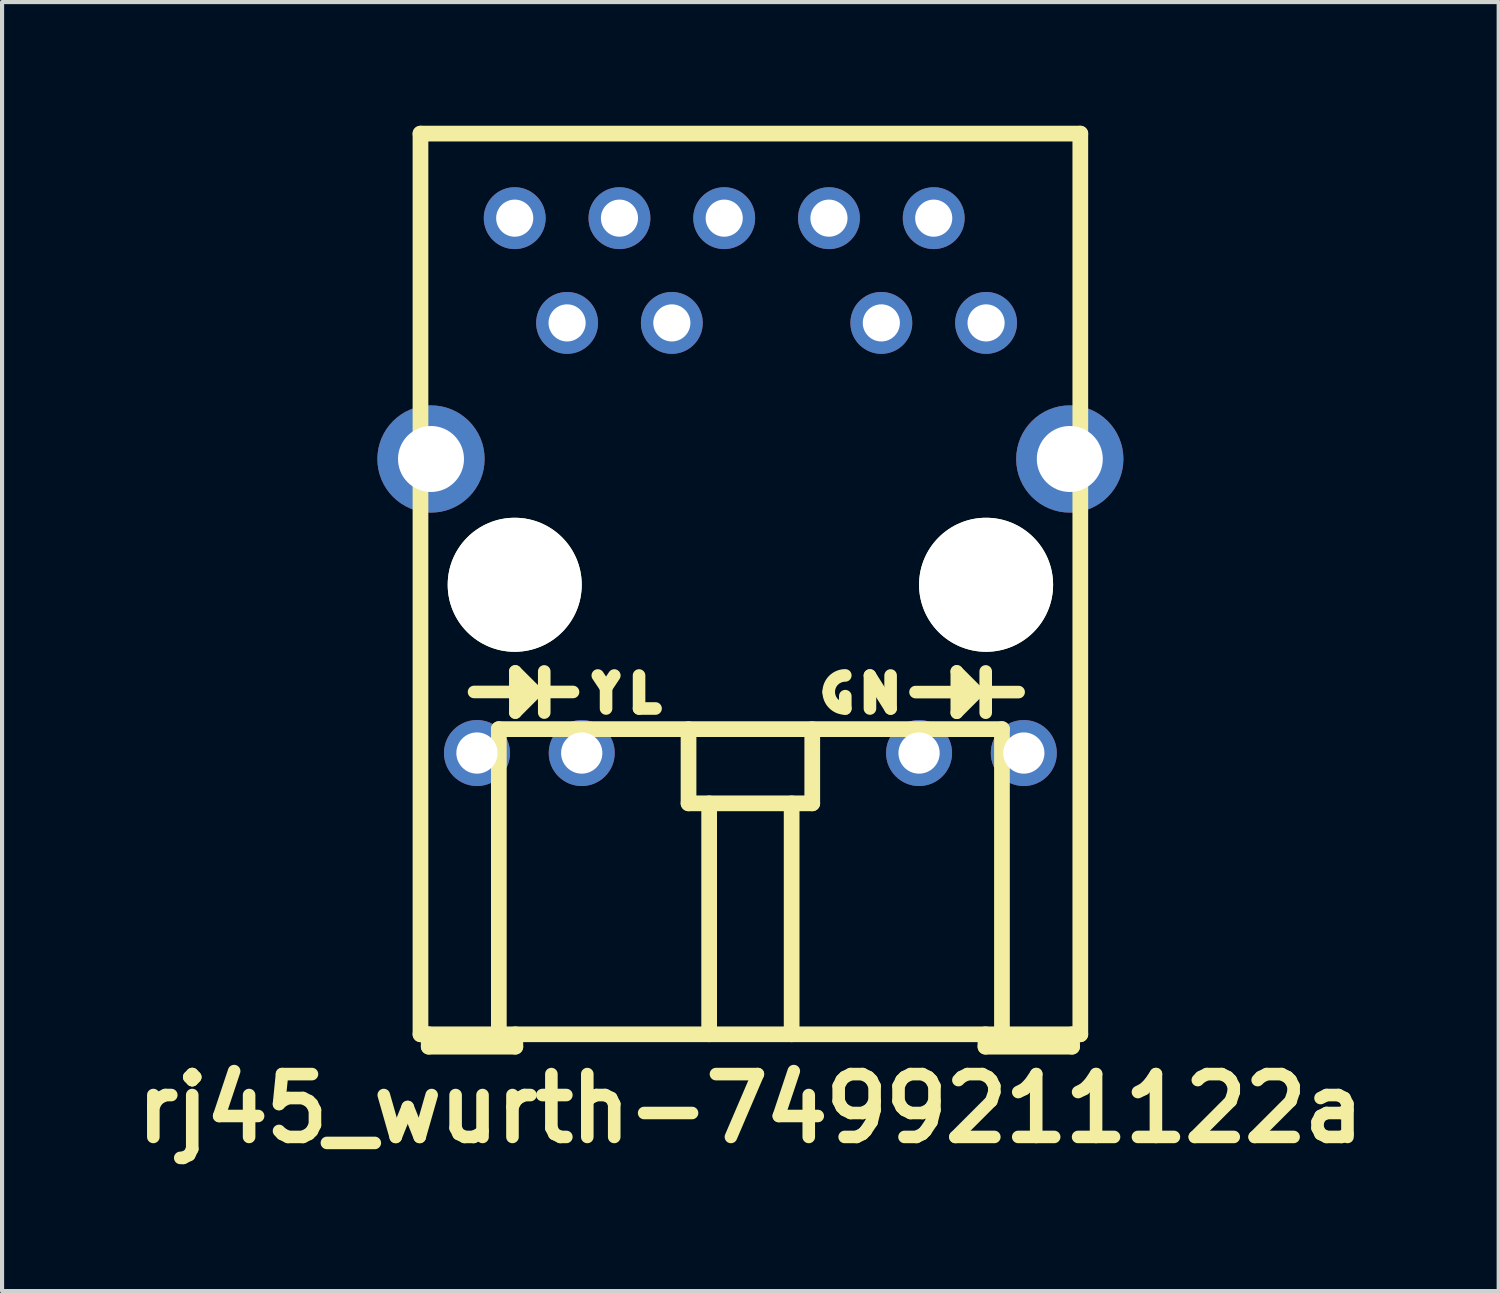
<source format=kicad_pcb>
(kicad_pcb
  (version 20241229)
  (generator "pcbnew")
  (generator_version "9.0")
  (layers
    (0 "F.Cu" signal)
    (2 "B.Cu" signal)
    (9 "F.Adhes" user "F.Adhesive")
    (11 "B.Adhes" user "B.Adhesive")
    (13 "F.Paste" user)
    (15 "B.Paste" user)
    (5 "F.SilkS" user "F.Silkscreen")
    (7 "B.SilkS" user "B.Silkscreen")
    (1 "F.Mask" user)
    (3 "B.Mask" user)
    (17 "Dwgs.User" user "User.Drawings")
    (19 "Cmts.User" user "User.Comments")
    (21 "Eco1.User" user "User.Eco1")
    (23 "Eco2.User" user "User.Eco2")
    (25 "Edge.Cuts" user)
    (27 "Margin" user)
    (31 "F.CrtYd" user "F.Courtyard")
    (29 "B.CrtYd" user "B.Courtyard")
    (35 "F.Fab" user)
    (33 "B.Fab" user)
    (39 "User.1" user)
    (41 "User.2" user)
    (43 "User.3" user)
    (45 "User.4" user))
  (footprint "rj45_wurth-7499211122a"
    (layer "F.Cu")
    (at 15.146 11.13)
    (property "Reference" "rj45_wurth-7499211122a" (at 0 12.7 0) (layer "F.SilkS") (effects (font (size 1.524 1.524) (thickness 0.305))))
    (attr through_hole)
    (fp_line (start -8 -10.94) (end 8 -10.94) (stroke (width 0.381) (type solid)) (layer "F.SilkS"))
    (fp_line (start -8 10.9) (end -8 -10.94) (stroke (width 0.381) (type solid)) (layer "F.SilkS"))
    (fp_line (start -7.8 11.2) (end -7.8 10.9) (stroke (width 0.381) (type solid)) (layer "F.SilkS"))
    (fp_line (start -7.8 11.2) (end -5.7 11.2) (stroke (width 0.381) (type solid)) (layer "F.SilkS"))
    (fp_line (start -6.701 2.599) (end -4.301 2.599) (stroke (width 0.305) (type solid)) (layer "F.SilkS"))
    (fp_line (start -6.1 3.5) (end 6.1 3.5) (stroke (width 0.381) (type solid)) (layer "F.SilkS"))
    (fp_line (start -6.1 10.9) (end -6.1 3.5) (stroke (width 0.381) (type solid)) (layer "F.SilkS"))
    (fp_line (start -5.7 2.101) (end -5.7 3.099) (stroke (width 0.305) (type solid)) (layer "F.SilkS"))
    (fp_line (start -5.7 3.099) (end -5.2 2.599) (stroke (width 0.305) (type solid)) (layer "F.SilkS"))
    (fp_line (start -5.7 11.2) (end -5.7 10.9) (stroke (width 0.381) (type solid)) (layer "F.SilkS"))
    (fp_line (start -5.2 2.599) (end -5.7 2.101) (stroke (width 0.305) (type solid)) (layer "F.SilkS"))
    (fp_line (start -4.999 2.101) (end -4.999 3.099) (stroke (width 0.305) (type solid)) (layer "F.SilkS"))
    (fp_line (start -3.7 2.2) (end -3.5 2.5) (stroke (width 0.305) (type solid)) (layer "F.SilkS"))
    (fp_line (start -3.5 2.5) (end -3.5 3) (stroke (width 0.305) (type solid)) (layer "F.SilkS"))
    (fp_line (start -3.5 2.5) (end -3.3 2.2) (stroke (width 0.305) (type solid)) (layer "F.SilkS"))
    (fp_line (start -2.7 2.2) (end -2.7 3) (stroke (width 0.305) (type solid)) (layer "F.SilkS"))
    (fp_line (start -2.7 3) (end -2.3 3) (stroke (width 0.305) (type solid)) (layer "F.SilkS"))
    (fp_line (start -1.5 5.3) (end -1.5 3.5) (stroke (width 0.381) (type solid)) (layer "F.SilkS"))
    (fp_line (start -1 10.9) (end -1 5.3) (stroke (width 0.381) (type solid)) (layer "F.SilkS"))
    (fp_line (start 1 5.3) (end 1 10.9) (stroke (width 0.381) (type solid)) (layer "F.SilkS"))
    (fp_line (start 1.5 3.5) (end 1.5 5.3) (stroke (width 0.381) (type solid)) (layer "F.SilkS"))
    (fp_line (start 1.5 5.3) (end -1.5 5.3) (stroke (width 0.381) (type solid)) (layer "F.SilkS"))
    (fp_line (start 2.301 3) (end 2.301 2.701) (stroke (width 0.305) (type solid)) (layer "F.SilkS"))
    (fp_line (start 2.899 2.2) (end 3.4 3) (stroke (width 0.305) (type solid)) (layer "F.SilkS"))
    (fp_line (start 2.899 3) (end 2.899 2.2) (stroke (width 0.305) (type solid)) (layer "F.SilkS"))
    (fp_line (start 3.4 3) (end 3.4 2.2) (stroke (width 0.305) (type solid)) (layer "F.SilkS"))
    (fp_line (start 4.004 2.602) (end 6.504 2.602) (stroke (width 0.305) (type solid)) (layer "F.SilkS"))
    (fp_line (start 5.005 2.101) (end 5.505 2.602) (stroke (width 0.305) (type solid)) (layer "F.SilkS"))
    (fp_line (start 5.005 3.102) (end 5.005 2.101) (stroke (width 0.305) (type solid)) (layer "F.SilkS"))
    (fp_line (start 5.505 2.602) (end 5.005 3.102) (stroke (width 0.305) (type solid)) (layer "F.SilkS"))
    (fp_line (start 5.7 11.2) (end 5.7 10.9) (stroke (width 0.381) (type solid)) (layer "F.SilkS"))
    (fp_line (start 5.7 11.2) (end 7.8 11.2) (stroke (width 0.381) (type solid)) (layer "F.SilkS"))
    (fp_line (start 5.706 2.101) (end 5.706 3.102) (stroke (width 0.305) (type solid)) (layer "F.SilkS"))
    (fp_line (start 6.1 3.5) (end 6.1 10.9) (stroke (width 0.381) (type solid)) (layer "F.SilkS"))
    (fp_line (start 7.8 11.2) (end 7.8 10.9) (stroke (width 0.381) (type solid)) (layer "F.SilkS"))
    (fp_line (start 8 -10.94) (end 8 10.9) (stroke (width 0.381) (type solid)) (layer "F.SilkS"))
    (fp_line (start 8 10.9) (end -8 10.9) (stroke (width 0.381) (type solid)) (layer "F.SilkS"))
    (fp_arc (start 1.89964 2.59902) (mid 2.017184 2.315244) (end 2.30096 2.1977) (stroke (width 0.3048) (type solid)) (layer "F.SilkS"))
    (fp_arc (start 2.30096 3.00034) (mid 2.017184 2.882796) (end 1.89964 2.59902) (stroke (width 0.3048) (type solid)) (layer "F.SilkS"))
    (pad "" np_thru_hole circle (at -5.715 0) (size 3.25 3.25) (drill 3.25) (layers "*.Cu" "*.Mask" "F.SilkS"))
    (pad "" np_thru_hole circle (at 5.715 0) (size 3.25 3.25) (drill 3.25) (layers "*.Cu" "*.Mask" "F.SilkS"))
    (pad "1" thru_hole circle (at -5.715 -8.89) (size 1.5 1.5) (drill 0.9) (layers "*.Cu"))
    (pad "2" thru_hole circle (at -4.445 -6.35) (size 1.5 1.5) (drill 0.9) (layers "*.Cu"))
    (pad "3" thru_hole circle (at -3.175 -8.89) (size 1.5 1.5) (drill 0.9) (layers "*.Cu"))
    (pad "4" thru_hole circle (at -1.905 -6.35) (size 1.5 1.5) (drill 0.9) (layers "*.Cu"))
    (pad "5" thru_hole circle (at -0.635 -8.89) (size 1.5 1.5) (drill 0.9) (layers "*.Cu"))
    (pad "7" thru_hole circle (at 1.905 -8.89) (size 1.5 1.5) (drill 0.9) (layers "*.Cu"))
    (pad "8" thru_hole circle (at 3.175 -6.35) (size 1.5 1.5) (drill 0.9) (layers "*.Cu"))
    (pad "9" thru_hole circle (at 4.445 -8.89) (size 1.5 1.5) (drill 0.9) (layers "*.Cu"))
    (pad "10" thru_hole circle (at 5.715 -6.35) (size 1.5 1.5) (drill 0.9) (layers "*.Cu"))
    (pad "11" thru_hole circle (at -6.63 4.08) (size 1.6 1.6) (drill 1) (layers "*.Cu"))
    (pad "12" thru_hole circle (at -4.09 4.08) (size 1.6 1.6) (drill 1) (layers "*.Cu"))
    (pad "13" thru_hole circle (at 4.09 4.08) (size 1.6 1.6) (drill 1) (layers "*.Cu"))
    (pad "14" thru_hole circle (at 6.63 4.08) (size 1.6 1.6) (drill 1) (layers "*.Cu"))
    (pad "15" thru_hole circle (at -7.745 -3.05) (size 2.6 2.6) (drill 1.6) (layers "*.Cu"))
    (pad "15" thru_hole circle (at 7.745 -3.05) (size 2.6 2.6) (drill 1.6) (layers "*.Cu")))
  (gr_rect
    (start -3 -3)
    (end 33.291 28.257)
    (stroke (width 0.1) (type default))
    (fill no)
    (layer "Edge.Cuts")))
</source>
